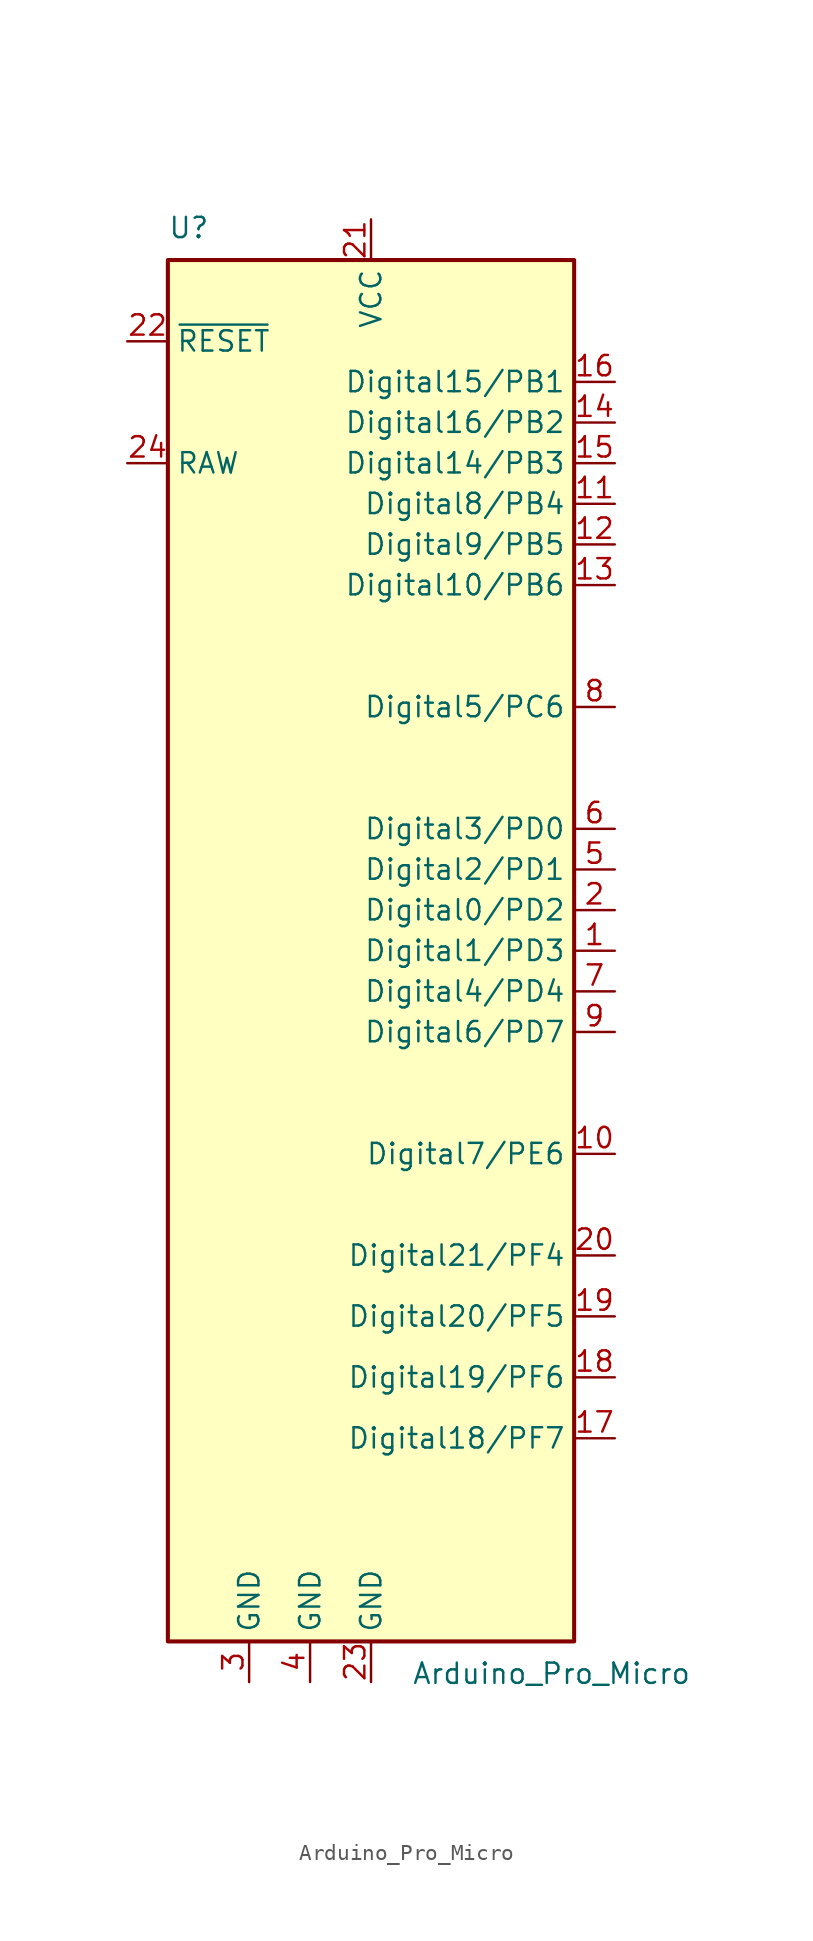
<source format=kicad_sym>
(kicad_symbol_lib
  (version 20211014)
  (generator kicad_symbol_editor)
  (symbol "Arduino_Pro_Micro"
    (property "Reference" "U"
      (at -12.7 44.45 0)
      (effects (font (size 1.27 1.27)) (justify left bottom)))
    (property "Value" "Arduino_Pro_Micro"
      (at 2.54 -44.45 0)
      (effects (font (size 1.27 1.27)) (justify left top)))
    (symbol "Arduino_Pro_Micro_0_1"
      (rectangle (start -12.7 -43.18) (end 12.7 43.18) (stroke (width 0.254) (type default) (color 0 0 0 0)) (fill (type background))))
    (symbol "Arduino_Pro_Micro_1_1"
      (pin bidirectional line (at 15.24 0 180) (length 2.54) (name "Digital1/PD3" (effects (font (size 1.27 1.27)))) (number "1" (effects (font (size 1.27 1.27)))))
      (pin bidirectional line (at 15.24 -12.7 180) (length 2.54) (name "Digital7/PE6" (effects (font (size 1.27 1.27)))) (number "10" (effects (font (size 1.27 1.27)))))
      (pin bidirectional line (at 15.24 27.94 180) (length 2.54) (name "Digital8/PB4" (effects (font (size 1.27 1.27)))) (number "11" (effects (font (size 1.27 1.27)))))
      (pin bidirectional line (at 15.24 25.4 180) (length 2.54) (name "Digital9/PB5" (effects (font (size 1.27 1.27)))) (number "12" (effects (font (size 1.27 1.27)))))
      (pin bidirectional line (at 15.24 22.86 180) (length 2.54) (name "Digital10/PB6" (effects (font (size 1.27 1.27)))) (number "13" (effects (font (size 1.27 1.27)))))
      (pin bidirectional line (at 15.24 33.02 180) (length 2.54) (name "Digital16/PB2" (effects (font (size 1.27 1.27)))) (number "14" (effects (font (size 1.27 1.27)))))
      (pin bidirectional line (at 15.24 30.48 180) (length 2.54) (name "Digital14/PB3" (effects (font (size 1.27 1.27)))) (number "15" (effects (font (size 1.27 1.27)))))
      (pin bidirectional line (at 15.24 35.56 180) (length 2.54) (name "Digital15/PB1" (effects (font (size 1.27 1.27)))) (number "16" (effects (font (size 1.27 1.27)))))
      (pin bidirectional line (at 15.24 -30.48 180) (length 2.54) (name "Digital18/PF7" (effects (font (size 1.27 1.27)))) (number "17" (effects (font (size 1.27 1.27)))))
      (pin bidirectional line (at 15.24 -26.67 180) (length 2.54) (name "Digital19/PF6" (effects (font (size 1.27 1.27)))) (number "18" (effects (font (size 1.27 1.27)))))
      (pin bidirectional line (at 15.24 -22.86 180) (length 2.54) (name "Digital20/PF5" (effects (font (size 1.27 1.27)))) (number "19" (effects (font (size 1.27 1.27)))))
      (pin bidirectional line (at 15.24 2.54 180) (length 2.54) (name "Digital0/PD2" (effects (font (size 1.27 1.27)))) (number "2" (effects (font (size 1.27 1.27)))))
      (pin bidirectional line (at 15.24 -19.05 180) (length 2.54) (name "Digital21/PF4" (effects (font (size 1.27 1.27)))) (number "20" (effects (font (size 1.27 1.27)))))
      (pin power_in line (at 0 45.72 270) (length 2.54) (name "VCC" (effects (font (size 1.27 1.27)))) (number "21" (effects (font (size 1.27 1.27)))))
      (pin input line (at -15.24 38.1 0) (length 2.54) (name "~{RESET}" (effects (font (size 1.27 1.27)))) (number "22" (effects (font (size 1.27 1.27)))))
      (pin power_in line (at 0 -45.72 90) (length 2.54) (name "GND" (effects (font (size 1.27 1.27)))) (number "23" (effects (font (size 1.27 1.27)))))
      (pin power_in line (at -15.24 30.48 0) (length 2.54) (name "RAW" (effects (font (size 1.27 1.27)))) (number "24" (effects (font (size 1.27 1.27)))))
      (pin power_in line (at -7.62 -45.72 90) (length 2.54) (name "GND" (effects (font (size 1.27 1.27)))) (number "3" (effects (font (size 1.27 1.27)))))
      (pin power_in line (at -3.81 -45.72 90) (length 2.54) (name "GND" (effects (font (size 1.27 1.27)))) (number "4" (effects (font (size 1.27 1.27)))))
      (pin bidirectional line (at 15.24 5.08 180) (length 2.54) (name "Digital2/PD1" (effects (font (size 1.27 1.27)))) (number "5" (effects (font (size 1.27 1.27)))))
      (pin bidirectional line (at 15.24 7.62 180) (length 2.54) (name "Digital3/PD0" (effects (font (size 1.27 1.27)))) (number "6" (effects (font (size 1.27 1.27)))))
      (pin bidirectional line (at 15.24 -2.54 180) (length 2.54) (name "Digital4/PD4" (effects (font (size 1.27 1.27)))) (number "7" (effects (font (size 1.27 1.27)))))
      (pin bidirectional line (at 15.24 15.24 180) (length 2.54) (name "Digital5/PC6" (effects (font (size 1.27 1.27)))) (number "8" (effects (font (size 1.27 1.27)))))
      (pin bidirectional line (at 15.24 -5.08 180) (length 2.54) (name "Digital6/PD7" (effects (font (size 1.27 1.27)))) (number "9" (effects (font (size 1.27 1.27))))))))
</source>
